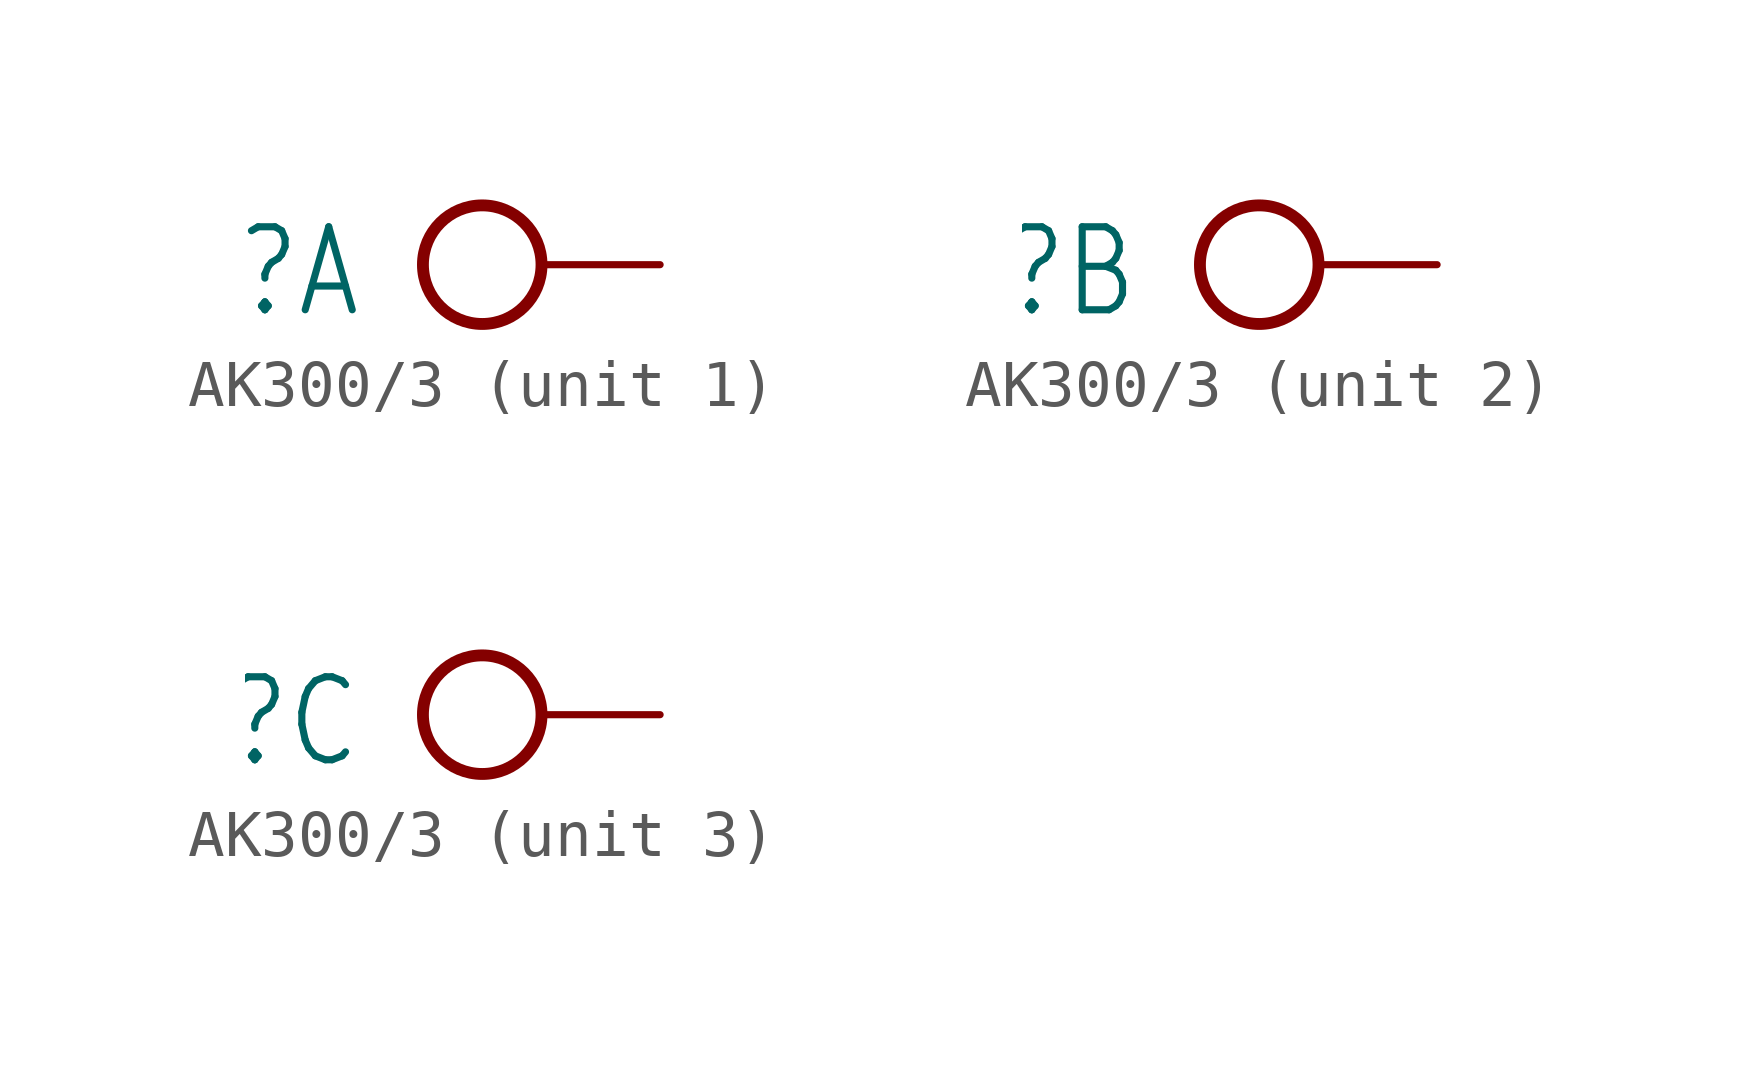
<source format=kicad_sym>
(kicad_symbol_lib
  (version 20220914)
  (generator kicad_symbol_editor)
  (symbol "AK300/3"
    (property "Reference" "X"
      (at -1.27 0.889 0)
      (effects (font (size 1.778 1.511)) (justify right top)))
    (property "ki_locked" ""
      (at 0 0 0)
      (effects (font (size 1.27 1.27))))
    (symbol "AK300/3_1_0"
      (circle (center 1.27 0) (radius 1.27) (stroke (width 0.254) (type solid)) (fill (type none)))
      (pin passive line (at 5.08 0 180) (length 2.54) (name "KL" (effects (font (size 0 0)))) (number "1" (effects (font (size 0 0))))))
    (symbol "AK300/3_2_0"
      (circle (center 1.27 0) (radius 1.27) (stroke (width 0.254) (type solid)) (fill (type none)))
      (pin passive line (at 5.08 0 180) (length 2.54) (name "KL" (effects (font (size 0 0)))) (number "2" (effects (font (size 0 0))))))
    (symbol "AK300/3_3_0"
      (circle (center 1.27 0) (radius 1.27) (stroke (width 0.254) (type solid)) (fill (type none)))
      (pin passive line (at 5.08 0 180) (length 2.54) (name "KL" (effects (font (size 0 0)))) (number "3" (effects (font (size 0 0))))))))
</source>
